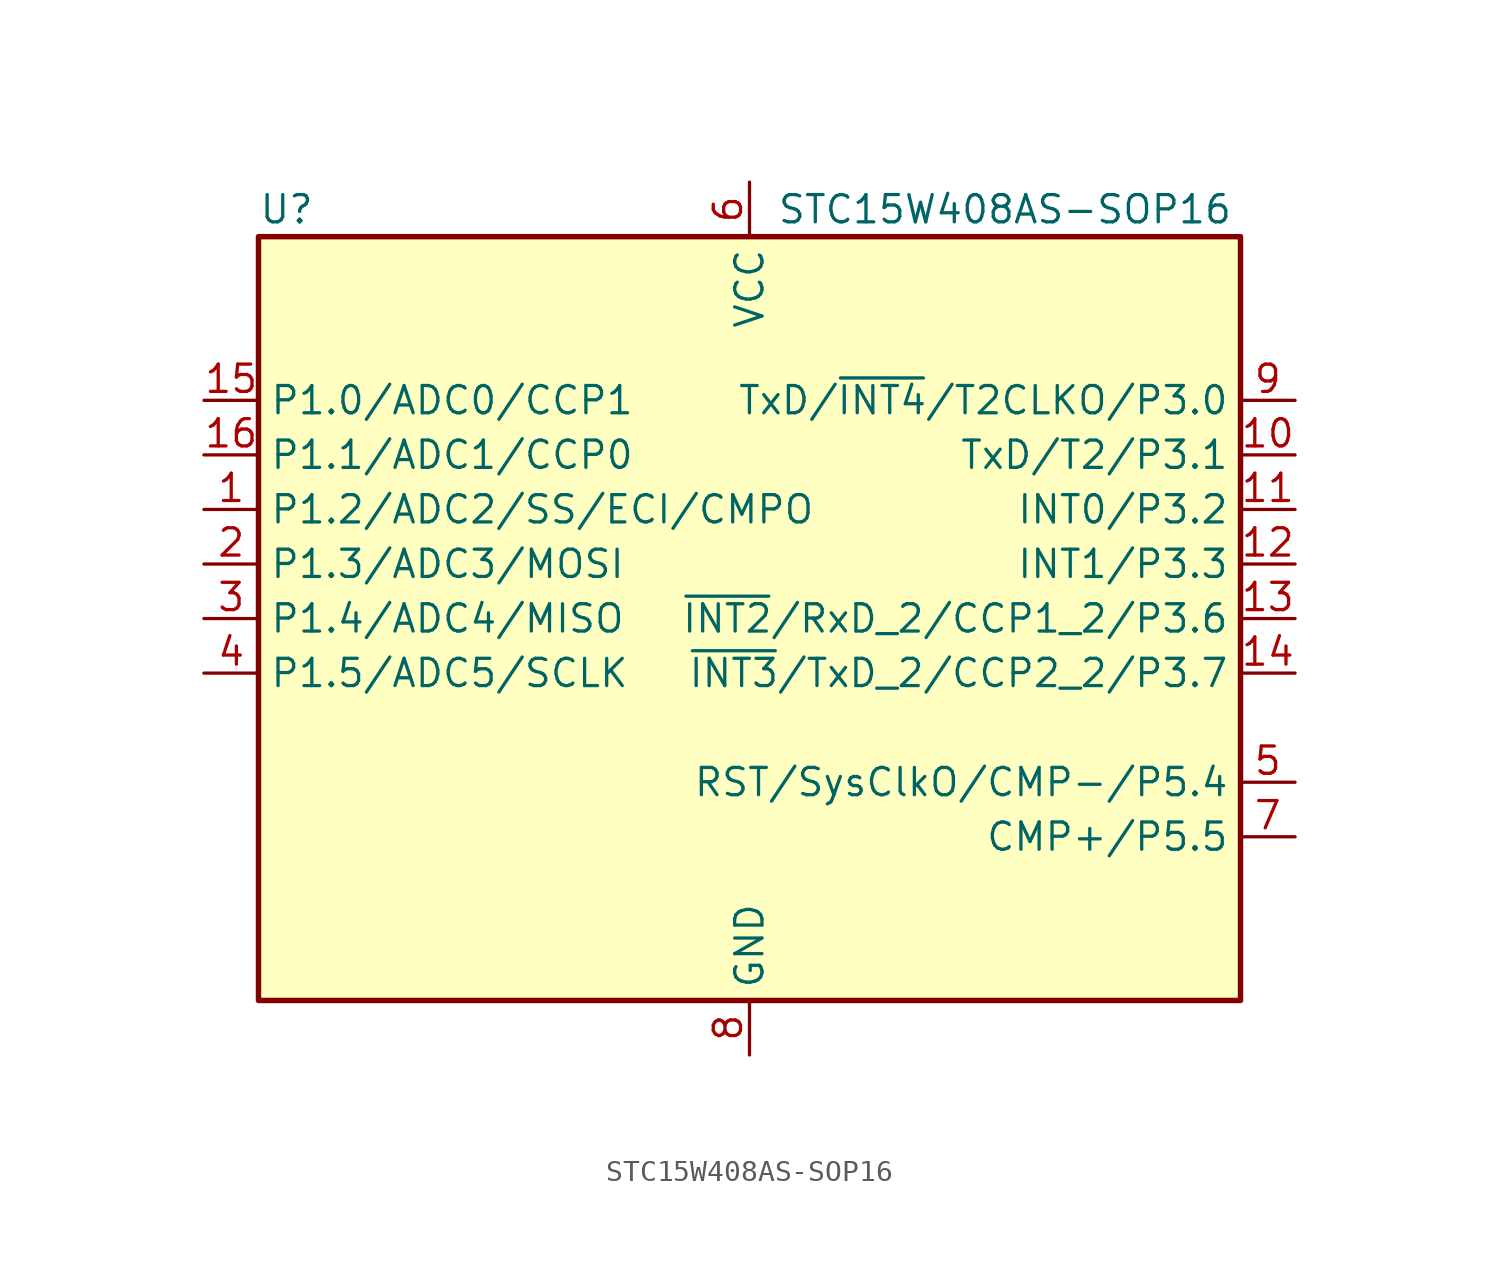
<source format=kicad_sym>
(kicad_symbol_lib
  (version 20220914)
  (generator kicad_symbol_editor)
  (symbol "STC15W408AS-SOP16"
    (property "Reference" "U"
      (at -22.86 19.05 0)
      (effects (font (size 1.27 1.27)) (justify left)))
    (property "Value" "STC15W408AS-SOP16"
      (at 1.27 19.05 0)
      (effects (font (size 1.27 1.27)) (justify left)))
    (symbol "STC15W408AS-SOP16_0_1"
      (rectangle (start -22.86 17.78) (end 22.86 -17.78) (stroke (width 0.254) (type default)) (fill (type background))))
    (symbol "STC15W408AS-SOP16_1_1"
      (pin bidirectional line (at -25.4 5.08 0) (length 2.54) (name "P1.2/ADC2/SS/ECI/CMPO" (effects (font (size 1.27 1.27)))) (number "1" (effects (font (size 1.27 1.27)))))
      (pin bidirectional line (at 25.4 7.62 180) (length 2.54) (name "TxD/T2/P3.1" (effects (font (size 1.27 1.27)))) (number "10" (effects (font (size 1.27 1.27)))))
      (pin bidirectional line (at 25.4 5.08 180) (length 2.54) (name "INT0/P3.2" (effects (font (size 1.27 1.27)))) (number "11" (effects (font (size 1.27 1.27)))))
      (pin bidirectional line (at 25.4 2.54 180) (length 2.54) (name "INT1/P3.3" (effects (font (size 1.27 1.27)))) (number "12" (effects (font (size 1.27 1.27)))))
      (pin bidirectional line (at 25.4 0 180) (length 2.54) (name "~{INT2}/RxD_2/CCP1_2/P3.6" (effects (font (size 1.27 1.27)))) (number "13" (effects (font (size 1.27 1.27)))))
      (pin bidirectional line (at 25.4 -2.54 180) (length 2.54) (name "~{INT3}/TxD_2/CCP2_2/P3.7" (effects (font (size 1.27 1.27)))) (number "14" (effects (font (size 1.27 1.27)))))
      (pin bidirectional line (at -25.4 10.16 0) (length 2.54) (name "P1.0/ADC0/CCP1" (effects (font (size 1.27 1.27)))) (number "15" (effects (font (size 1.27 1.27)))))
      (pin bidirectional line (at -25.4 7.62 0) (length 2.54) (name "P1.1/ADC1/CCP0" (effects (font (size 1.27 1.27)))) (number "16" (effects (font (size 1.27 1.27)))))
      (pin bidirectional line (at -25.4 2.54 0) (length 2.54) (name "P1.3/ADC3/MOSI" (effects (font (size 1.27 1.27)))) (number "2" (effects (font (size 1.27 1.27)))))
      (pin bidirectional line (at -25.4 0 0) (length 2.54) (name "P1.4/ADC4/MISO" (effects (font (size 1.27 1.27)))) (number "3" (effects (font (size 1.27 1.27)))))
      (pin bidirectional line (at -25.4 -2.54 0) (length 2.54) (name "P1.5/ADC5/SCLK" (effects (font (size 1.27 1.27)))) (number "4" (effects (font (size 1.27 1.27)))))
      (pin bidirectional line (at 25.4 -7.62 180) (length 2.54) (name "RST/SysClkO/CMP-/P5.4" (effects (font (size 1.27 1.27)))) (number "5" (effects (font (size 1.27 1.27)))))
      (pin power_in line (at 0 20.32 270) (length 2.54) (name "VCC" (effects (font (size 1.27 1.27)))) (number "6" (effects (font (size 1.27 1.27)))))
      (pin bidirectional line (at 25.4 -10.16 180) (length 2.54) (name "CMP+/P5.5" (effects (font (size 1.27 1.27)))) (number "7" (effects (font (size 1.27 1.27)))))
      (pin power_in line (at 0 -20.32 90) (length 2.54) (name "GND" (effects (font (size 1.27 1.27)))) (number "8" (effects (font (size 1.27 1.27)))))
      (pin bidirectional line (at 25.4 10.16 180) (length 2.54) (name "TxD/~{INT4}/T2CLKO/P3.0" (effects (font (size 1.27 1.27)))) (number "9" (effects (font (size 1.27 1.27))))))))
</source>
